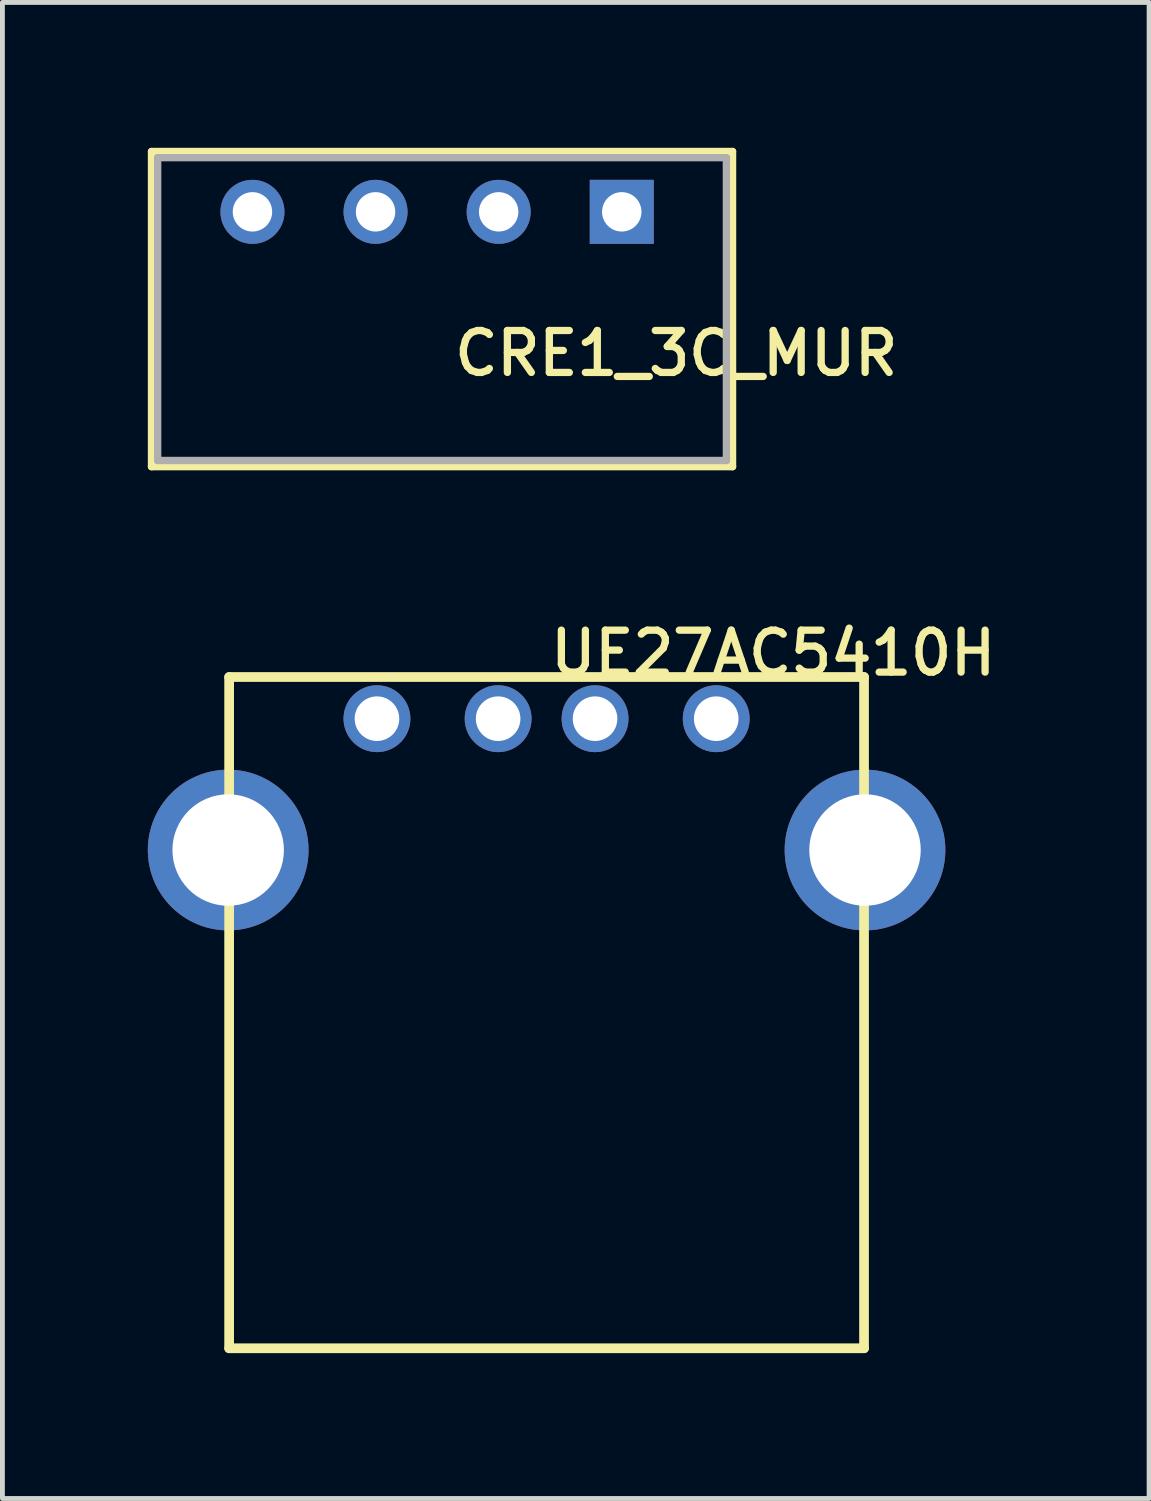
<source format=kicad_pcb>
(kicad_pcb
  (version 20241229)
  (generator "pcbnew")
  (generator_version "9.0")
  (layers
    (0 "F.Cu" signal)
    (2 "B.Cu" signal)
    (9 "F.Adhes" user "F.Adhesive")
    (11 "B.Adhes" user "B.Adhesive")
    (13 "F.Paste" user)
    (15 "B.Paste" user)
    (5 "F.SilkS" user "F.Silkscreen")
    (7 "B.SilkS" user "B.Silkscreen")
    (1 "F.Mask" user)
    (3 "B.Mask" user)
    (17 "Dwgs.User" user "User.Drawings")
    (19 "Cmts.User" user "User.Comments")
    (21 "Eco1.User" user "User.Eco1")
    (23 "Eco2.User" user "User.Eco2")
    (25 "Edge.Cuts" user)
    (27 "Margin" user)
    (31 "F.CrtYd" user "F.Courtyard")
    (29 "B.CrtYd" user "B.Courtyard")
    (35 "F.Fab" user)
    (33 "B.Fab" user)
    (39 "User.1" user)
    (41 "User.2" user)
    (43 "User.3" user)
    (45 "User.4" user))
  (footprint "UE27AC5410H"
    (layer "F.Cu")
    (at 8.228 14.489)
    (property "Reference" "UE27AC5410H" (at 0 -4.064 0) (layer "F.SilkS") (effects (font (size 0.866 0.866) (thickness 0.15)) (justify left)))
    (fp_line (start -6.55 -3.57) (end -6.55 10.28) (stroke (width 0.2) (type solid)) (layer "F.SilkS"))
    (fp_line (start -6.55 -3.57) (end 6.55 -3.57) (stroke (width 0.2) (type solid)) (layer "F.SilkS"))
    (fp_line (start -6.55 10.28) (end 6.55 10.28) (stroke (width 0.2) (type solid)) (layer "F.SilkS"))
    (fp_line (start 6.55 -3.57) (end 6.55 10.28) (stroke (width 0.2) (type solid)) (layer "F.SilkS"))
    (pad "D+" thru_hole circle (at 1 -2.71) (size 1.38 1.38) (drill 0.92) (layers "*.Cu" "*.Mask"))
    (pad "D-" thru_hole circle (at -1 -2.71) (size 1.38 1.38) (drill 0.92) (layers "*.Cu" "*.Mask"))
    (pad "GND" thru_hole circle (at 3.5 -2.71) (size 1.38 1.38) (drill 0.92) (layers "*.Cu" "*.Mask"))
    (pad "SHIELD@1" thru_hole circle (at -6.57 0) (size 3.316 3.316) (drill 2.3) (layers "*.Cu" "*.Mask"))
    (pad "SHIELD@2" thru_hole circle (at 6.57 0) (size 3.316 3.316) (drill 2.3) (layers "*.Cu" "*.Mask"))
    (pad "VBUS" thru_hole circle (at -3.5 -2.71) (size 1.38 1.38) (drill 0.92) (layers "*.Cu" "*.Mask")))
  (footprint "CRE1_3C_MUR"
    (layer "F.Cu")
    (at 2.159 1.321)
    (property "Reference" "CRE1_3C_MUR" (at 4.089 2.921 0) (layer "F.SilkS") (effects (font (size 0.866 0.866) (thickness 0.15)) (justify left)))
    (fp_line (start -2.083 -1.245) (end -2.083 5.258) (stroke (width 0.152) (type solid)) (layer "F.SilkS"))
    (fp_line (start -2.083 5.258) (end 9.906 5.258) (stroke (width 0.152) (type solid)) (layer "F.SilkS"))
    (fp_line (start 9.906 -1.245) (end -2.083 -1.245) (stroke (width 0.152) (type solid)) (layer "F.SilkS"))
    (fp_line (start 9.906 5.258) (end 9.906 -1.245) (stroke (width 0.152) (type solid)) (layer "F.SilkS"))
    (fp_line (start -1.956 -1.118) (end -1.956 5.131) (stroke (width 0.152) (type solid)) (layer "F.Fab"))
    (fp_line (start -1.956 5.131) (end 9.779 5.131) (stroke (width 0.152) (type solid)) (layer "F.Fab"))
    (fp_line (start 9.779 -1.118) (end -1.956 -1.118) (stroke (width 0.152) (type solid)) (layer "F.Fab"))
    (fp_line (start 9.779 5.131) (end 9.779 -1.118) (stroke (width 0.152) (type solid)) (layer "F.Fab"))
    (pad "1" thru_hole rect (at 7.62 0) (size 1.321 1.321) (drill 0.813) (layers "*.Cu" "*.Mask"))
    (pad "2" thru_hole circle (at 5.08 0) (size 1.321 1.321) (drill 0.813) (layers "*.Cu" "*.Mask"))
    (pad "3" thru_hole circle (at 2.54 0) (size 1.321 1.321) (drill 0.813) (layers "*.Cu" "*.Mask"))
    (pad "4" thru_hole circle (at 0 0) (size 1.321 1.321) (drill 0.813) (layers "*.Cu" "*.Mask")))
  (gr_rect
    (start -3 -3)
    (end 20.66 27.869)
    (stroke (width 0.1) (type default))
    (fill no)
    (layer "Edge.Cuts")))
</source>
